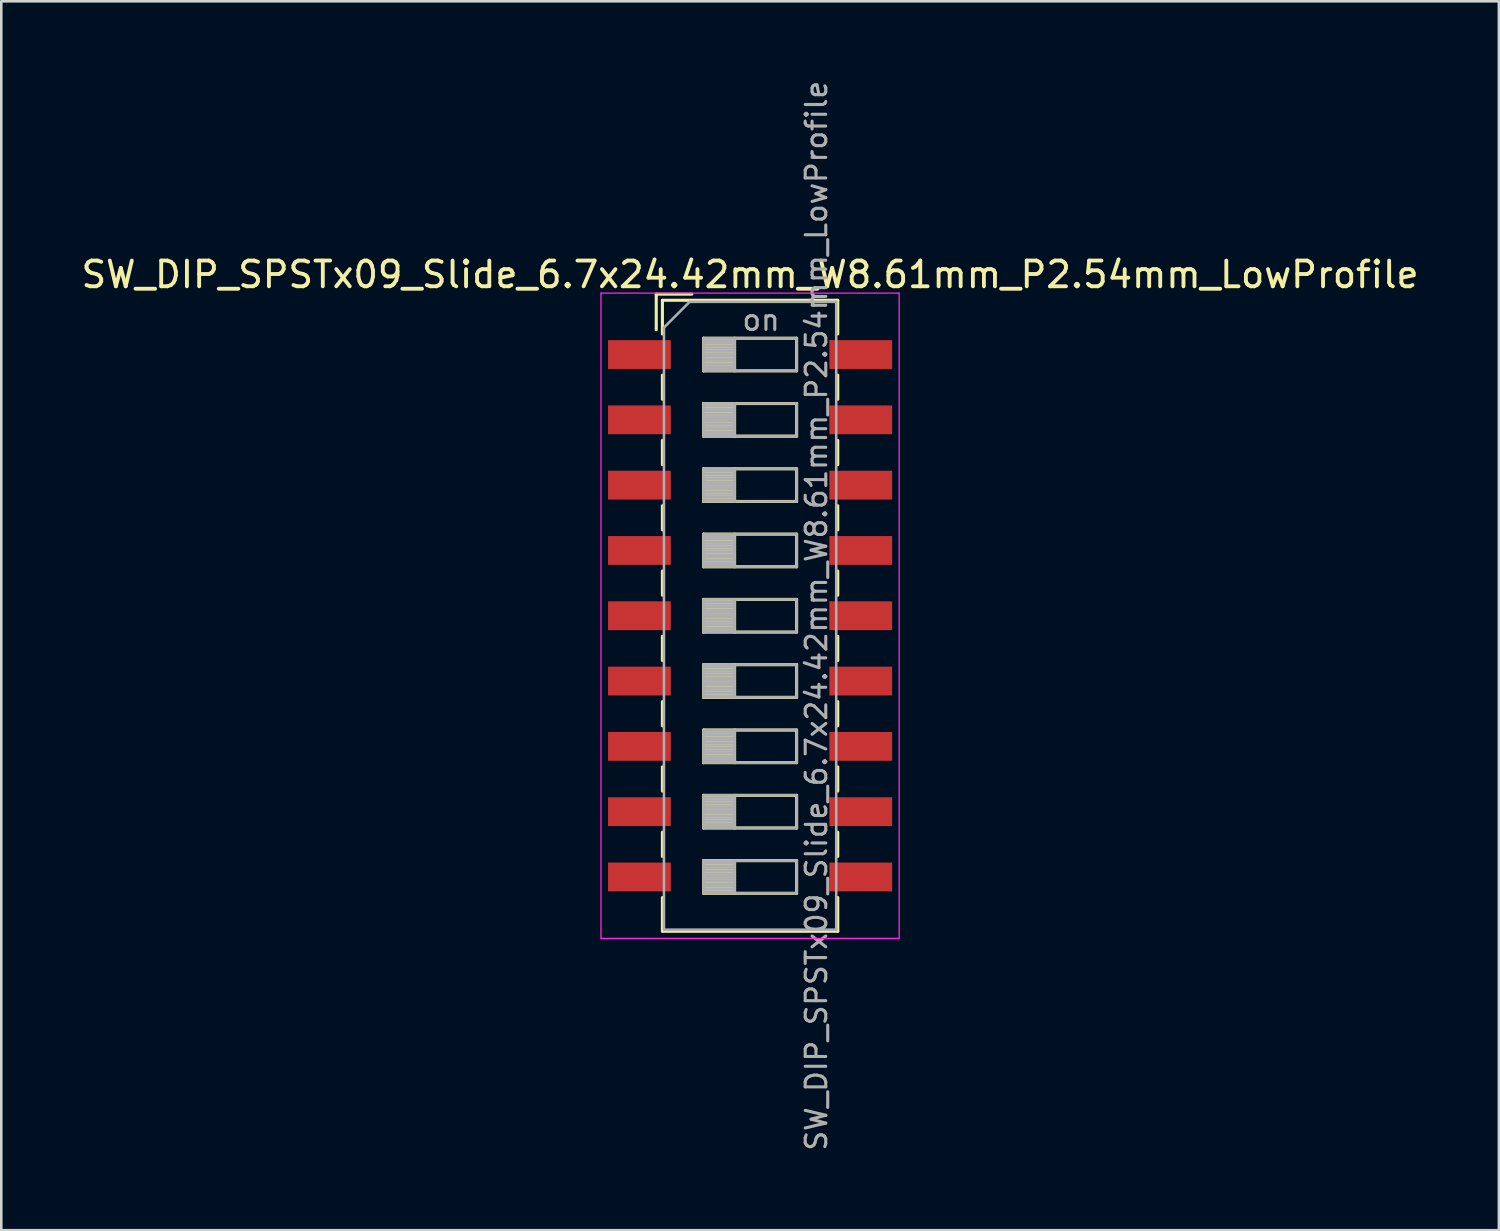
<source format=kicad_pcb>
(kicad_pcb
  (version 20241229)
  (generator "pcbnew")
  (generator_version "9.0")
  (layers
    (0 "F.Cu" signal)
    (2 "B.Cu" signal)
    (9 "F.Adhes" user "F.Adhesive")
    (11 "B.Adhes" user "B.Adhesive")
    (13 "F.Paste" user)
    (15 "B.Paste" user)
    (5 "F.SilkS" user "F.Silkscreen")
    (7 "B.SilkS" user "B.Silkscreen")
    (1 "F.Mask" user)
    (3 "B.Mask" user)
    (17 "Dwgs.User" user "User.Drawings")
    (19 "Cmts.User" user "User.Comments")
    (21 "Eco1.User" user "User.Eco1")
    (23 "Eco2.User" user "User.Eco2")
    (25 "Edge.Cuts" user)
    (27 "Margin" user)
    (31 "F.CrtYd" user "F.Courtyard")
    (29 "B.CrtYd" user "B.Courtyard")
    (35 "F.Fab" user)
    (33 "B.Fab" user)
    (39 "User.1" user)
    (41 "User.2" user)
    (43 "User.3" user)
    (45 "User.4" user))
  (footprint "SW_DIP_SPSTx09_Slide_6.7x24.42mm_W8.61mm_P2.54mm_LowProfile"
    (layer "F.Cu")
    (at 26.125 20.9)
    (property "Reference" "SW_DIP_SPSTx09_Slide_6.7x24.42mm_W8.61mm_P2.54mm_LowProfile" (at 0 -13.27 0) (layer "F.SilkS") (effects (font (size 1 1) (thickness 0.15))))
    (attr smd)
    (fp_line (start -3.65 -12.51) (end -3.65 -11.127) (stroke (width 0.12) (type solid)) (layer "F.SilkS"))
    (fp_line (start -3.65 -12.51) (end -2.267 -12.51) (stroke (width 0.12) (type solid)) (layer "F.SilkS"))
    (fp_line (start -3.41 -12.27) (end -3.41 -10.96) (stroke (width 0.12) (type solid)) (layer "F.SilkS"))
    (fp_line (start -3.41 -12.27) (end 3.41 -12.27) (stroke (width 0.12) (type solid)) (layer "F.SilkS"))
    (fp_line (start -3.41 -9.36) (end -3.41 -8.42) (stroke (width 0.12) (type solid)) (layer "F.SilkS"))
    (fp_line (start -3.41 -6.82) (end -3.41 -5.88) (stroke (width 0.12) (type solid)) (layer "F.SilkS"))
    (fp_line (start -3.41 -4.28) (end -3.41 -3.34) (stroke (width 0.12) (type solid)) (layer "F.SilkS"))
    (fp_line (start -3.41 -1.74) (end -3.41 -0.8) (stroke (width 0.12) (type solid)) (layer "F.SilkS"))
    (fp_line (start -3.41 0.8) (end -3.41 1.74) (stroke (width 0.12) (type solid)) (layer "F.SilkS"))
    (fp_line (start -3.41 3.34) (end -3.41 4.28) (stroke (width 0.12) (type solid)) (layer "F.SilkS"))
    (fp_line (start -3.41 5.88) (end -3.41 6.82) (stroke (width 0.12) (type solid)) (layer "F.SilkS"))
    (fp_line (start -3.41 8.42) (end -3.41 9.36) (stroke (width 0.12) (type solid)) (layer "F.SilkS"))
    (fp_line (start -3.41 10.96) (end -3.41 12.271) (stroke (width 0.12) (type solid)) (layer "F.SilkS"))
    (fp_line (start -3.41 12.271) (end 3.41 12.271) (stroke (width 0.12) (type solid)) (layer "F.SilkS"))
    (fp_line (start -1.81 -10.795) (end -1.81 -9.525) (stroke (width 0.12) (type solid)) (layer "F.SilkS"))
    (fp_line (start -1.81 -10.675) (end -0.603 -10.675) (stroke (width 0.12) (type solid)) (layer "F.SilkS"))
    (fp_line (start -1.81 -10.555) (end -0.603 -10.555) (stroke (width 0.12) (type solid)) (layer "F.SilkS"))
    (fp_line (start -1.81 -10.435) (end -0.603 -10.435) (stroke (width 0.12) (type solid)) (layer "F.SilkS"))
    (fp_line (start -1.81 -10.315) (end -0.603 -10.315) (stroke (width 0.12) (type solid)) (layer "F.SilkS"))
    (fp_line (start -1.81 -10.195) (end -0.603 -10.195) (stroke (width 0.12) (type solid)) (layer "F.SilkS"))
    (fp_line (start -1.81 -10.075) (end -0.603 -10.075) (stroke (width 0.12) (type solid)) (layer "F.SilkS"))
    (fp_line (start -1.81 -9.955) (end -0.603 -9.955) (stroke (width 0.12) (type solid)) (layer "F.SilkS"))
    (fp_line (start -1.81 -9.835) (end -0.603 -9.835) (stroke (width 0.12) (type solid)) (layer "F.SilkS"))
    (fp_line (start -1.81 -9.715) (end -0.603 -9.715) (stroke (width 0.12) (type solid)) (layer "F.SilkS"))
    (fp_line (start -1.81 -9.595) (end -0.603 -9.595) (stroke (width 0.12) (type solid)) (layer "F.SilkS"))
    (fp_line (start -1.81 -9.525) (end 1.81 -9.525) (stroke (width 0.12) (type solid)) (layer "F.SilkS"))
    (fp_line (start -1.81 -8.255) (end -1.81 -6.985) (stroke (width 0.12) (type solid)) (layer "F.SilkS"))
    (fp_line (start -1.81 -8.135) (end -0.603 -8.135) (stroke (width 0.12) (type solid)) (layer "F.SilkS"))
    (fp_line (start -1.81 -8.015) (end -0.603 -8.015) (stroke (width 0.12) (type solid)) (layer "F.SilkS"))
    (fp_line (start -1.81 -7.895) (end -0.603 -7.895) (stroke (width 0.12) (type solid)) (layer "F.SilkS"))
    (fp_line (start -1.81 -7.775) (end -0.603 -7.775) (stroke (width 0.12) (type solid)) (layer "F.SilkS"))
    (fp_line (start -1.81 -7.655) (end -0.603 -7.655) (stroke (width 0.12) (type solid)) (layer "F.SilkS"))
    (fp_line (start -1.81 -7.535) (end -0.603 -7.535) (stroke (width 0.12) (type solid)) (layer "F.SilkS"))
    (fp_line (start -1.81 -7.415) (end -0.603 -7.415) (stroke (width 0.12) (type solid)) (layer "F.SilkS"))
    (fp_line (start -1.81 -7.295) (end -0.603 -7.295) (stroke (width 0.12) (type solid)) (layer "F.SilkS"))
    (fp_line (start -1.81 -7.175) (end -0.603 -7.175) (stroke (width 0.12) (type solid)) (layer "F.SilkS"))
    (fp_line (start -1.81 -7.055) (end -0.603 -7.055) (stroke (width 0.12) (type solid)) (layer "F.SilkS"))
    (fp_line (start -1.81 -6.985) (end 1.81 -6.985) (stroke (width 0.12) (type solid)) (layer "F.SilkS"))
    (fp_line (start -1.81 -5.715) (end -1.81 -4.445) (stroke (width 0.12) (type solid)) (layer "F.SilkS"))
    (fp_line (start -1.81 -5.595) (end -0.603 -5.595) (stroke (width 0.12) (type solid)) (layer "F.SilkS"))
    (fp_line (start -1.81 -5.475) (end -0.603 -5.475) (stroke (width 0.12) (type solid)) (layer "F.SilkS"))
    (fp_line (start -1.81 -5.355) (end -0.603 -5.355) (stroke (width 0.12) (type solid)) (layer "F.SilkS"))
    (fp_line (start -1.81 -5.235) (end -0.603 -5.235) (stroke (width 0.12) (type solid)) (layer "F.SilkS"))
    (fp_line (start -1.81 -5.115) (end -0.603 -5.115) (stroke (width 0.12) (type solid)) (layer "F.SilkS"))
    (fp_line (start -1.81 -4.995) (end -0.603 -4.995) (stroke (width 0.12) (type solid)) (layer "F.SilkS"))
    (fp_line (start -1.81 -4.875) (end -0.603 -4.875) (stroke (width 0.12) (type solid)) (layer "F.SilkS"))
    (fp_line (start -1.81 -4.755) (end -0.603 -4.755) (stroke (width 0.12) (type solid)) (layer "F.SilkS"))
    (fp_line (start -1.81 -4.635) (end -0.603 -4.635) (stroke (width 0.12) (type solid)) (layer "F.SilkS"))
    (fp_line (start -1.81 -4.515) (end -0.603 -4.515) (stroke (width 0.12) (type solid)) (layer "F.SilkS"))
    (fp_line (start -1.81 -4.445) (end 1.81 -4.445) (stroke (width 0.12) (type solid)) (layer "F.SilkS"))
    (fp_line (start -1.81 -3.175) (end -1.81 -1.905) (stroke (width 0.12) (type solid)) (layer "F.SilkS"))
    (fp_line (start -1.81 -3.055) (end -0.603 -3.055) (stroke (width 0.12) (type solid)) (layer "F.SilkS"))
    (fp_line (start -1.81 -2.935) (end -0.603 -2.935) (stroke (width 0.12) (type solid)) (layer "F.SilkS"))
    (fp_line (start -1.81 -2.815) (end -0.603 -2.815) (stroke (width 0.12) (type solid)) (layer "F.SilkS"))
    (fp_line (start -1.81 -2.695) (end -0.603 -2.695) (stroke (width 0.12) (type solid)) (layer "F.SilkS"))
    (fp_line (start -1.81 -2.575) (end -0.603 -2.575) (stroke (width 0.12) (type solid)) (layer "F.SilkS"))
    (fp_line (start -1.81 -2.455) (end -0.603 -2.455) (stroke (width 0.12) (type solid)) (layer "F.SilkS"))
    (fp_line (start -1.81 -2.335) (end -0.603 -2.335) (stroke (width 0.12) (type solid)) (layer "F.SilkS"))
    (fp_line (start -1.81 -2.215) (end -0.603 -2.215) (stroke (width 0.12) (type solid)) (layer "F.SilkS"))
    (fp_line (start -1.81 -2.095) (end -0.603 -2.095) (stroke (width 0.12) (type solid)) (layer "F.SilkS"))
    (fp_line (start -1.81 -1.975) (end -0.603 -1.975) (stroke (width 0.12) (type solid)) (layer "F.SilkS"))
    (fp_line (start -1.81 -1.905) (end 1.81 -1.905) (stroke (width 0.12) (type solid)) (layer "F.SilkS"))
    (fp_line (start -1.81 -0.635) (end -1.81 0.635) (stroke (width 0.12) (type solid)) (layer "F.SilkS"))
    (fp_line (start -1.81 -0.515) (end -0.603 -0.515) (stroke (width 0.12) (type solid)) (layer "F.SilkS"))
    (fp_line (start -1.81 -0.395) (end -0.603 -0.395) (stroke (width 0.12) (type solid)) (layer "F.SilkS"))
    (fp_line (start -1.81 -0.275) (end -0.603 -0.275) (stroke (width 0.12) (type solid)) (layer "F.SilkS"))
    (fp_line (start -1.81 -0.155) (end -0.603 -0.155) (stroke (width 0.12) (type solid)) (layer "F.SilkS"))
    (fp_line (start -1.81 -0.035) (end -0.603 -0.035) (stroke (width 0.12) (type solid)) (layer "F.SilkS"))
    (fp_line (start -1.81 0.085) (end -0.603 0.085) (stroke (width 0.12) (type solid)) (layer "F.SilkS"))
    (fp_line (start -1.81 0.205) (end -0.603 0.205) (stroke (width 0.12) (type solid)) (layer "F.SilkS"))
    (fp_line (start -1.81 0.325) (end -0.603 0.325) (stroke (width 0.12) (type solid)) (layer "F.SilkS"))
    (fp_line (start -1.81 0.445) (end -0.603 0.445) (stroke (width 0.12) (type solid)) (layer "F.SilkS"))
    (fp_line (start -1.81 0.565) (end -0.603 0.565) (stroke (width 0.12) (type solid)) (layer "F.SilkS"))
    (fp_line (start -1.81 0.635) (end 1.81 0.635) (stroke (width 0.12) (type solid)) (layer "F.SilkS"))
    (fp_line (start -1.81 1.905) (end -1.81 3.175) (stroke (width 0.12) (type solid)) (layer "F.SilkS"))
    (fp_line (start -1.81 2.025) (end -0.603 2.025) (stroke (width 0.12) (type solid)) (layer "F.SilkS"))
    (fp_line (start -1.81 2.145) (end -0.603 2.145) (stroke (width 0.12) (type solid)) (layer "F.SilkS"))
    (fp_line (start -1.81 2.265) (end -0.603 2.265) (stroke (width 0.12) (type solid)) (layer "F.SilkS"))
    (fp_line (start -1.81 2.385) (end -0.603 2.385) (stroke (width 0.12) (type solid)) (layer "F.SilkS"))
    (fp_line (start -1.81 2.505) (end -0.603 2.505) (stroke (width 0.12) (type solid)) (layer "F.SilkS"))
    (fp_line (start -1.81 2.625) (end -0.603 2.625) (stroke (width 0.12) (type solid)) (layer "F.SilkS"))
    (fp_line (start -1.81 2.745) (end -0.603 2.745) (stroke (width 0.12) (type solid)) (layer "F.SilkS"))
    (fp_line (start -1.81 2.865) (end -0.603 2.865) (stroke (width 0.12) (type solid)) (layer "F.SilkS"))
    (fp_line (start -1.81 2.985) (end -0.603 2.985) (stroke (width 0.12) (type solid)) (layer "F.SilkS"))
    (fp_line (start -1.81 3.105) (end -0.603 3.105) (stroke (width 0.12) (type solid)) (layer "F.SilkS"))
    (fp_line (start -1.81 3.175) (end 1.81 3.175) (stroke (width 0.12) (type solid)) (layer "F.SilkS"))
    (fp_line (start -1.81 4.445) (end -1.81 5.715) (stroke (width 0.12) (type solid)) (layer "F.SilkS"))
    (fp_line (start -1.81 4.565) (end -0.603 4.565) (stroke (width 0.12) (type solid)) (layer "F.SilkS"))
    (fp_line (start -1.81 4.685) (end -0.603 4.685) (stroke (width 0.12) (type solid)) (layer "F.SilkS"))
    (fp_line (start -1.81 4.805) (end -0.603 4.805) (stroke (width 0.12) (type solid)) (layer "F.SilkS"))
    (fp_line (start -1.81 4.925) (end -0.603 4.925) (stroke (width 0.12) (type solid)) (layer "F.SilkS"))
    (fp_line (start -1.81 5.045) (end -0.603 5.045) (stroke (width 0.12) (type solid)) (layer "F.SilkS"))
    (fp_line (start -1.81 5.165) (end -0.603 5.165) (stroke (width 0.12) (type solid)) (layer "F.SilkS"))
    (fp_line (start -1.81 5.285) (end -0.603 5.285) (stroke (width 0.12) (type solid)) (layer "F.SilkS"))
    (fp_line (start -1.81 5.405) (end -0.603 5.405) (stroke (width 0.12) (type solid)) (layer "F.SilkS"))
    (fp_line (start -1.81 5.525) (end -0.603 5.525) (stroke (width 0.12) (type solid)) (layer "F.SilkS"))
    (fp_line (start -1.81 5.645) (end -0.603 5.645) (stroke (width 0.12) (type solid)) (layer "F.SilkS"))
    (fp_line (start -1.81 5.715) (end 1.81 5.715) (stroke (width 0.12) (type solid)) (layer "F.SilkS"))
    (fp_line (start -1.81 6.985) (end -1.81 8.255) (stroke (width 0.12) (type solid)) (layer "F.SilkS"))
    (fp_line (start -1.81 7.105) (end -0.603 7.105) (stroke (width 0.12) (type solid)) (layer "F.SilkS"))
    (fp_line (start -1.81 7.225) (end -0.603 7.225) (stroke (width 0.12) (type solid)) (layer "F.SilkS"))
    (fp_line (start -1.81 7.345) (end -0.603 7.345) (stroke (width 0.12) (type solid)) (layer "F.SilkS"))
    (fp_line (start -1.81 7.465) (end -0.603 7.465) (stroke (width 0.12) (type solid)) (layer "F.SilkS"))
    (fp_line (start -1.81 7.585) (end -0.603 7.585) (stroke (width 0.12) (type solid)) (layer "F.SilkS"))
    (fp_line (start -1.81 7.705) (end -0.603 7.705) (stroke (width 0.12) (type solid)) (layer "F.SilkS"))
    (fp_line (start -1.81 7.825) (end -0.603 7.825) (stroke (width 0.12) (type solid)) (layer "F.SilkS"))
    (fp_line (start -1.81 7.945) (end -0.603 7.945) (stroke (width 0.12) (type solid)) (layer "F.SilkS"))
    (fp_line (start -1.81 8.065) (end -0.603 8.065) (stroke (width 0.12) (type solid)) (layer "F.SilkS"))
    (fp_line (start -1.81 8.185) (end -0.603 8.185) (stroke (width 0.12) (type solid)) (layer "F.SilkS"))
    (fp_line (start -1.81 8.255) (end 1.81 8.255) (stroke (width 0.12) (type solid)) (layer "F.SilkS"))
    (fp_line (start -1.81 9.525) (end -1.81 10.795) (stroke (width 0.12) (type solid)) (layer "F.SilkS"))
    (fp_line (start -1.81 9.645) (end -0.603 9.645) (stroke (width 0.12) (type solid)) (layer "F.SilkS"))
    (fp_line (start -1.81 9.765) (end -0.603 9.765) (stroke (width 0.12) (type solid)) (layer "F.SilkS"))
    (fp_line (start -1.81 9.885) (end -0.603 9.885) (stroke (width 0.12) (type solid)) (layer "F.SilkS"))
    (fp_line (start -1.81 10.005) (end -0.603 10.005) (stroke (width 0.12) (type solid)) (layer "F.SilkS"))
    (fp_line (start -1.81 10.125) (end -0.603 10.125) (stroke (width 0.12) (type solid)) (layer "F.SilkS"))
    (fp_line (start -1.81 10.245) (end -0.603 10.245) (stroke (width 0.12) (type solid)) (layer "F.SilkS"))
    (fp_line (start -1.81 10.365) (end -0.603 10.365) (stroke (width 0.12) (type solid)) (layer "F.SilkS"))
    (fp_line (start -1.81 10.485) (end -0.603 10.485) (stroke (width 0.12) (type solid)) (layer "F.SilkS"))
    (fp_line (start -1.81 10.605) (end -0.603 10.605) (stroke (width 0.12) (type solid)) (layer "F.SilkS"))
    (fp_line (start -1.81 10.725) (end -0.603 10.725) (stroke (width 0.12) (type solid)) (layer "F.SilkS"))
    (fp_line (start -1.81 10.795) (end 1.81 10.795) (stroke (width 0.12) (type solid)) (layer "F.SilkS"))
    (fp_line (start -0.603 -10.795) (end -0.603 -9.525) (stroke (width 0.12) (type solid)) (layer "F.SilkS"))
    (fp_line (start -0.603 -8.255) (end -0.603 -6.985) (stroke (width 0.12) (type solid)) (layer "F.SilkS"))
    (fp_line (start -0.603 -5.715) (end -0.603 -4.445) (stroke (width 0.12) (type solid)) (layer "F.SilkS"))
    (fp_line (start -0.603 -3.175) (end -0.603 -1.905) (stroke (width 0.12) (type solid)) (layer "F.SilkS"))
    (fp_line (start -0.603 -0.635) (end -0.603 0.635) (stroke (width 0.12) (type solid)) (layer "F.SilkS"))
    (fp_line (start -0.603 1.905) (end -0.603 3.175) (stroke (width 0.12) (type solid)) (layer "F.SilkS"))
    (fp_line (start -0.603 4.445) (end -0.603 5.715) (stroke (width 0.12) (type solid)) (layer "F.SilkS"))
    (fp_line (start -0.603 6.985) (end -0.603 8.255) (stroke (width 0.12) (type solid)) (layer "F.SilkS"))
    (fp_line (start -0.603 9.525) (end -0.603 10.795) (stroke (width 0.12) (type solid)) (layer "F.SilkS"))
    (fp_line (start 1.81 -10.795) (end -1.81 -10.795) (stroke (width 0.12) (type solid)) (layer "F.SilkS"))
    (fp_line (start 1.81 -9.525) (end 1.81 -10.795) (stroke (width 0.12) (type solid)) (layer "F.SilkS"))
    (fp_line (start 1.81 -8.255) (end -1.81 -8.255) (stroke (width 0.12) (type solid)) (layer "F.SilkS"))
    (fp_line (start 1.81 -6.985) (end 1.81 -8.255) (stroke (width 0.12) (type solid)) (layer "F.SilkS"))
    (fp_line (start 1.81 -5.715) (end -1.81 -5.715) (stroke (width 0.12) (type solid)) (layer "F.SilkS"))
    (fp_line (start 1.81 -4.445) (end 1.81 -5.715) (stroke (width 0.12) (type solid)) (layer "F.SilkS"))
    (fp_line (start 1.81 -3.175) (end -1.81 -3.175) (stroke (width 0.12) (type solid)) (layer "F.SilkS"))
    (fp_line (start 1.81 -1.905) (end 1.81 -3.175) (stroke (width 0.12) (type solid)) (layer "F.SilkS"))
    (fp_line (start 1.81 -0.635) (end -1.81 -0.635) (stroke (width 0.12) (type solid)) (layer "F.SilkS"))
    (fp_line (start 1.81 0.635) (end 1.81 -0.635) (stroke (width 0.12) (type solid)) (layer "F.SilkS"))
    (fp_line (start 1.81 1.905) (end -1.81 1.905) (stroke (width 0.12) (type solid)) (layer "F.SilkS"))
    (fp_line (start 1.81 3.175) (end 1.81 1.905) (stroke (width 0.12) (type solid)) (layer "F.SilkS"))
    (fp_line (start 1.81 4.445) (end -1.81 4.445) (stroke (width 0.12) (type solid)) (layer "F.SilkS"))
    (fp_line (start 1.81 5.715) (end 1.81 4.445) (stroke (width 0.12) (type solid)) (layer "F.SilkS"))
    (fp_line (start 1.81 6.985) (end -1.81 6.985) (stroke (width 0.12) (type solid)) (layer "F.SilkS"))
    (fp_line (start 1.81 8.255) (end 1.81 6.985) (stroke (width 0.12) (type solid)) (layer "F.SilkS"))
    (fp_line (start 1.81 9.525) (end -1.81 9.525) (stroke (width 0.12) (type solid)) (layer "F.SilkS"))
    (fp_line (start 1.81 10.795) (end 1.81 9.525) (stroke (width 0.12) (type solid)) (layer "F.SilkS"))
    (fp_line (start 3.41 -12.27) (end 3.41 -10.96) (stroke (width 0.12) (type solid)) (layer "F.SilkS"))
    (fp_line (start 3.41 -9.359) (end 3.41 -8.419) (stroke (width 0.12) (type solid)) (layer "F.SilkS"))
    (fp_line (start 3.41 -6.819) (end 3.41 -5.879) (stroke (width 0.12) (type solid)) (layer "F.SilkS"))
    (fp_line (start 3.41 -4.279) (end 3.41 -3.339) (stroke (width 0.12) (type solid)) (layer "F.SilkS"))
    (fp_line (start 3.41 -1.739) (end 3.41 -0.799) (stroke (width 0.12) (type solid)) (layer "F.SilkS"))
    (fp_line (start 3.41 0.801) (end 3.41 1.741) (stroke (width 0.12) (type solid)) (layer "F.SilkS"))
    (fp_line (start 3.41 3.341) (end 3.41 4.281) (stroke (width 0.12) (type solid)) (layer "F.SilkS"))
    (fp_line (start 3.41 5.881) (end 3.41 6.82) (stroke (width 0.12) (type solid)) (layer "F.SilkS"))
    (fp_line (start 3.41 8.42) (end 3.41 9.36) (stroke (width 0.12) (type solid)) (layer "F.SilkS"))
    (fp_line (start 3.41 10.96) (end 3.41 12.271) (stroke (width 0.12) (type solid)) (layer "F.SilkS"))
    (fp_line (start -5.8 -12.55) (end -5.8 12.55) (stroke (width 0.05) (type solid)) (layer "F.CrtYd"))
    (fp_line (start -5.8 12.55) (end 5.8 12.55) (stroke (width 0.05) (type solid)) (layer "F.CrtYd"))
    (fp_line (start 5.8 -12.55) (end -5.8 -12.55) (stroke (width 0.05) (type solid)) (layer "F.CrtYd"))
    (fp_line (start 5.8 12.55) (end 5.8 -12.55) (stroke (width 0.05) (type solid)) (layer "F.CrtYd"))
    (fp_line (start -3.35 -11.21) (end -2.35 -12.21) (stroke (width 0.1) (type solid)) (layer "F.Fab"))
    (fp_line (start -3.35 12.21) (end -3.35 -11.21) (stroke (width 0.1) (type solid)) (layer "F.Fab"))
    (fp_line (start -2.35 -12.21) (end 3.35 -12.21) (stroke (width 0.1) (type solid)) (layer "F.Fab"))
    (fp_line (start -1.81 -10.795) (end -1.81 -9.525) (stroke (width 0.1) (type solid)) (layer "F.Fab"))
    (fp_line (start -1.81 -10.695) (end -0.603 -10.695) (stroke (width 0.1) (type solid)) (layer "F.Fab"))
    (fp_line (start -1.81 -10.595) (end -0.603 -10.595) (stroke (width 0.1) (type solid)) (layer "F.Fab"))
    (fp_line (start -1.81 -10.495) (end -0.603 -10.495) (stroke (width 0.1) (type solid)) (layer "F.Fab"))
    (fp_line (start -1.81 -10.395) (end -0.603 -10.395) (stroke (width 0.1) (type solid)) (layer "F.Fab"))
    (fp_line (start -1.81 -10.295) (end -0.603 -10.295) (stroke (width 0.1) (type solid)) (layer "F.Fab"))
    (fp_line (start -1.81 -10.195) (end -0.603 -10.195) (stroke (width 0.1) (type solid)) (layer "F.Fab"))
    (fp_line (start -1.81 -10.095) (end -0.603 -10.095) (stroke (width 0.1) (type solid)) (layer "F.Fab"))
    (fp_line (start -1.81 -9.995) (end -0.603 -9.995) (stroke (width 0.1) (type solid)) (layer "F.Fab"))
    (fp_line (start -1.81 -9.895) (end -0.603 -9.895) (stroke (width 0.1) (type solid)) (layer "F.Fab"))
    (fp_line (start -1.81 -9.795) (end -0.603 -9.795) (stroke (width 0.1) (type solid)) (layer "F.Fab"))
    (fp_line (start -1.81 -9.695) (end -0.603 -9.695) (stroke (width 0.1) (type solid)) (layer "F.Fab"))
    (fp_line (start -1.81 -9.595) (end -0.603 -9.595) (stroke (width 0.1) (type solid)) (layer "F.Fab"))
    (fp_line (start -1.81 -9.525) (end 1.81 -9.525) (stroke (width 0.1) (type solid)) (layer "F.Fab"))
    (fp_line (start -1.81 -8.255) (end -1.81 -6.985) (stroke (width 0.1) (type solid)) (layer "F.Fab"))
    (fp_line (start -1.81 -8.155) (end -0.603 -8.155) (stroke (width 0.1) (type solid)) (layer "F.Fab"))
    (fp_line (start -1.81 -8.055) (end -0.603 -8.055) (stroke (width 0.1) (type solid)) (layer "F.Fab"))
    (fp_line (start -1.81 -7.955) (end -0.603 -7.955) (stroke (width 0.1) (type solid)) (layer "F.Fab"))
    (fp_line (start -1.81 -7.855) (end -0.603 -7.855) (stroke (width 0.1) (type solid)) (layer "F.Fab"))
    (fp_line (start -1.81 -7.755) (end -0.603 -7.755) (stroke (width 0.1) (type solid)) (layer "F.Fab"))
    (fp_line (start -1.81 -7.655) (end -0.603 -7.655) (stroke (width 0.1) (type solid)) (layer "F.Fab"))
    (fp_line (start -1.81 -7.555) (end -0.603 -7.555) (stroke (width 0.1) (type solid)) (layer "F.Fab"))
    (fp_line (start -1.81 -7.455) (end -0.603 -7.455) (stroke (width 0.1) (type solid)) (layer "F.Fab"))
    (fp_line (start -1.81 -7.355) (end -0.603 -7.355) (stroke (width 0.1) (type solid)) (layer "F.Fab"))
    (fp_line (start -1.81 -7.255) (end -0.603 -7.255) (stroke (width 0.1) (type solid)) (layer "F.Fab"))
    (fp_line (start -1.81 -7.155) (end -0.603 -7.155) (stroke (width 0.1) (type solid)) (layer "F.Fab"))
    (fp_line (start -1.81 -7.055) (end -0.603 -7.055) (stroke (width 0.1) (type solid)) (layer "F.Fab"))
    (fp_line (start -1.81 -6.985) (end 1.81 -6.985) (stroke (width 0.1) (type solid)) (layer "F.Fab"))
    (fp_line (start -1.81 -5.715) (end -1.81 -4.445) (stroke (width 0.1) (type solid)) (layer "F.Fab"))
    (fp_line (start -1.81 -5.615) (end -0.603 -5.615) (stroke (width 0.1) (type solid)) (layer "F.Fab"))
    (fp_line (start -1.81 -5.515) (end -0.603 -5.515) (stroke (width 0.1) (type solid)) (layer "F.Fab"))
    (fp_line (start -1.81 -5.415) (end -0.603 -5.415) (stroke (width 0.1) (type solid)) (layer "F.Fab"))
    (fp_line (start -1.81 -5.315) (end -0.603 -5.315) (stroke (width 0.1) (type solid)) (layer "F.Fab"))
    (fp_line (start -1.81 -5.215) (end -0.603 -5.215) (stroke (width 0.1) (type solid)) (layer "F.Fab"))
    (fp_line (start -1.81 -5.115) (end -0.603 -5.115) (stroke (width 0.1) (type solid)) (layer "F.Fab"))
    (fp_line (start -1.81 -5.015) (end -0.603 -5.015) (stroke (width 0.1) (type solid)) (layer "F.Fab"))
    (fp_line (start -1.81 -4.915) (end -0.603 -4.915) (stroke (width 0.1) (type solid)) (layer "F.Fab"))
    (fp_line (start -1.81 -4.815) (end -0.603 -4.815) (stroke (width 0.1) (type solid)) (layer "F.Fab"))
    (fp_line (start -1.81 -4.715) (end -0.603 -4.715) (stroke (width 0.1) (type solid)) (layer "F.Fab"))
    (fp_line (start -1.81 -4.615) (end -0.603 -4.615) (stroke (width 0.1) (type solid)) (layer "F.Fab"))
    (fp_line (start -1.81 -4.515) (end -0.603 -4.515) (stroke (width 0.1) (type solid)) (layer "F.Fab"))
    (fp_line (start -1.81 -4.445) (end 1.81 -4.445) (stroke (width 0.1) (type solid)) (layer "F.Fab"))
    (fp_line (start -1.81 -3.175) (end -1.81 -1.905) (stroke (width 0.1) (type solid)) (layer "F.Fab"))
    (fp_line (start -1.81 -3.075) (end -0.603 -3.075) (stroke (width 0.1) (type solid)) (layer "F.Fab"))
    (fp_line (start -1.81 -2.975) (end -0.603 -2.975) (stroke (width 0.1) (type solid)) (layer "F.Fab"))
    (fp_line (start -1.81 -2.875) (end -0.603 -2.875) (stroke (width 0.1) (type solid)) (layer "F.Fab"))
    (fp_line (start -1.81 -2.775) (end -0.603 -2.775) (stroke (width 0.1) (type solid)) (layer "F.Fab"))
    (fp_line (start -1.81 -2.675) (end -0.603 -2.675) (stroke (width 0.1) (type solid)) (layer "F.Fab"))
    (fp_line (start -1.81 -2.575) (end -0.603 -2.575) (stroke (width 0.1) (type solid)) (layer "F.Fab"))
    (fp_line (start -1.81 -2.475) (end -0.603 -2.475) (stroke (width 0.1) (type solid)) (layer "F.Fab"))
    (fp_line (start -1.81 -2.375) (end -0.603 -2.375) (stroke (width 0.1) (type solid)) (layer "F.Fab"))
    (fp_line (start -1.81 -2.275) (end -0.603 -2.275) (stroke (width 0.1) (type solid)) (layer "F.Fab"))
    (fp_line (start -1.81 -2.175) (end -0.603 -2.175) (stroke (width 0.1) (type solid)) (layer "F.Fab"))
    (fp_line (start -1.81 -2.075) (end -0.603 -2.075) (stroke (width 0.1) (type solid)) (layer "F.Fab"))
    (fp_line (start -1.81 -1.975) (end -0.603 -1.975) (stroke (width 0.1) (type solid)) (layer "F.Fab"))
    (fp_line (start -1.81 -1.905) (end 1.81 -1.905) (stroke (width 0.1) (type solid)) (layer "F.Fab"))
    (fp_line (start -1.81 -0.635) (end -1.81 0.635) (stroke (width 0.1) (type solid)) (layer "F.Fab"))
    (fp_line (start -1.81 -0.535) (end -0.603 -0.535) (stroke (width 0.1) (type solid)) (layer "F.Fab"))
    (fp_line (start -1.81 -0.435) (end -0.603 -0.435) (stroke (width 0.1) (type solid)) (layer "F.Fab"))
    (fp_line (start -1.81 -0.335) (end -0.603 -0.335) (stroke (width 0.1) (type solid)) (layer "F.Fab"))
    (fp_line (start -1.81 -0.235) (end -0.603 -0.235) (stroke (width 0.1) (type solid)) (layer "F.Fab"))
    (fp_line (start -1.81 -0.135) (end -0.603 -0.135) (stroke (width 0.1) (type solid)) (layer "F.Fab"))
    (fp_line (start -1.81 -0.035) (end -0.603 -0.035) (stroke (width 0.1) (type solid)) (layer "F.Fab"))
    (fp_line (start -1.81 0.065) (end -0.603 0.065) (stroke (width 0.1) (type solid)) (layer "F.Fab"))
    (fp_line (start -1.81 0.165) (end -0.603 0.165) (stroke (width 0.1) (type solid)) (layer "F.Fab"))
    (fp_line (start -1.81 0.265) (end -0.603 0.265) (stroke (width 0.1) (type solid)) (layer "F.Fab"))
    (fp_line (start -1.81 0.365) (end -0.603 0.365) (stroke (width 0.1) (type solid)) (layer "F.Fab"))
    (fp_line (start -1.81 0.465) (end -0.603 0.465) (stroke (width 0.1) (type solid)) (layer "F.Fab"))
    (fp_line (start -1.81 0.565) (end -0.603 0.565) (stroke (width 0.1) (type solid)) (layer "F.Fab"))
    (fp_line (start -1.81 0.635) (end 1.81 0.635) (stroke (width 0.1) (type solid)) (layer "F.Fab"))
    (fp_line (start -1.81 1.905) (end -1.81 3.175) (stroke (width 0.1) (type solid)) (layer "F.Fab"))
    (fp_line (start -1.81 2.005) (end -0.603 2.005) (stroke (width 0.1) (type solid)) (layer "F.Fab"))
    (fp_line (start -1.81 2.105) (end -0.603 2.105) (stroke (width 0.1) (type solid)) (layer "F.Fab"))
    (fp_line (start -1.81 2.205) (end -0.603 2.205) (stroke (width 0.1) (type solid)) (layer "F.Fab"))
    (fp_line (start -1.81 2.305) (end -0.603 2.305) (stroke (width 0.1) (type solid)) (layer "F.Fab"))
    (fp_line (start -1.81 2.405) (end -0.603 2.405) (stroke (width 0.1) (type solid)) (layer "F.Fab"))
    (fp_line (start -1.81 2.505) (end -0.603 2.505) (stroke (width 0.1) (type solid)) (layer "F.Fab"))
    (fp_line (start -1.81 2.605) (end -0.603 2.605) (stroke (width 0.1) (type solid)) (layer "F.Fab"))
    (fp_line (start -1.81 2.705) (end -0.603 2.705) (stroke (width 0.1) (type solid)) (layer "F.Fab"))
    (fp_line (start -1.81 2.805) (end -0.603 2.805) (stroke (width 0.1) (type solid)) (layer "F.Fab"))
    (fp_line (start -1.81 2.905) (end -0.603 2.905) (stroke (width 0.1) (type solid)) (layer "F.Fab"))
    (fp_line (start -1.81 3.005) (end -0.603 3.005) (stroke (width 0.1) (type solid)) (layer "F.Fab"))
    (fp_line (start -1.81 3.105) (end -0.603 3.105) (stroke (width 0.1) (type solid)) (layer "F.Fab"))
    (fp_line (start -1.81 3.175) (end 1.81 3.175) (stroke (width 0.1) (type solid)) (layer "F.Fab"))
    (fp_line (start -1.81 4.445) (end -1.81 5.715) (stroke (width 0.1) (type solid)) (layer "F.Fab"))
    (fp_line (start -1.81 4.545) (end -0.603 4.545) (stroke (width 0.1) (type solid)) (layer "F.Fab"))
    (fp_line (start -1.81 4.645) (end -0.603 4.645) (stroke (width 0.1) (type solid)) (layer "F.Fab"))
    (fp_line (start -1.81 4.745) (end -0.603 4.745) (stroke (width 0.1) (type solid)) (layer "F.Fab"))
    (fp_line (start -1.81 4.845) (end -0.603 4.845) (stroke (width 0.1) (type solid)) (layer "F.Fab"))
    (fp_line (start -1.81 4.945) (end -0.603 4.945) (stroke (width 0.1) (type solid)) (layer "F.Fab"))
    (fp_line (start -1.81 5.045) (end -0.603 5.045) (stroke (width 0.1) (type solid)) (layer "F.Fab"))
    (fp_line (start -1.81 5.145) (end -0.603 5.145) (stroke (width 0.1) (type solid)) (layer "F.Fab"))
    (fp_line (start -1.81 5.245) (end -0.603 5.245) (stroke (width 0.1) (type solid)) (layer "F.Fab"))
    (fp_line (start -1.81 5.345) (end -0.603 5.345) (stroke (width 0.1) (type solid)) (layer "F.Fab"))
    (fp_line (start -1.81 5.445) (end -0.603 5.445) (stroke (width 0.1) (type solid)) (layer "F.Fab"))
    (fp_line (start -1.81 5.545) (end -0.603 5.545) (stroke (width 0.1) (type solid)) (layer "F.Fab"))
    (fp_line (start -1.81 5.645) (end -0.603 5.645) (stroke (width 0.1) (type solid)) (layer "F.Fab"))
    (fp_line (start -1.81 5.715) (end 1.81 5.715) (stroke (width 0.1) (type solid)) (layer "F.Fab"))
    (fp_line (start -1.81 6.985) (end -1.81 8.255) (stroke (width 0.1) (type solid)) (layer "F.Fab"))
    (fp_line (start -1.81 7.085) (end -0.603 7.085) (stroke (width 0.1) (type solid)) (layer "F.Fab"))
    (fp_line (start -1.81 7.185) (end -0.603 7.185) (stroke (width 0.1) (type solid)) (layer "F.Fab"))
    (fp_line (start -1.81 7.285) (end -0.603 7.285) (stroke (width 0.1) (type solid)) (layer "F.Fab"))
    (fp_line (start -1.81 7.385) (end -0.603 7.385) (stroke (width 0.1) (type solid)) (layer "F.Fab"))
    (fp_line (start -1.81 7.485) (end -0.603 7.485) (stroke (width 0.1) (type solid)) (layer "F.Fab"))
    (fp_line (start -1.81 7.585) (end -0.603 7.585) (stroke (width 0.1) (type solid)) (layer "F.Fab"))
    (fp_line (start -1.81 7.685) (end -0.603 7.685) (stroke (width 0.1) (type solid)) (layer "F.Fab"))
    (fp_line (start -1.81 7.785) (end -0.603 7.785) (stroke (width 0.1) (type solid)) (layer "F.Fab"))
    (fp_line (start -1.81 7.885) (end -0.603 7.885) (stroke (width 0.1) (type solid)) (layer "F.Fab"))
    (fp_line (start -1.81 7.985) (end -0.603 7.985) (stroke (width 0.1) (type solid)) (layer "F.Fab"))
    (fp_line (start -1.81 8.085) (end -0.603 8.085) (stroke (width 0.1) (type solid)) (layer "F.Fab"))
    (fp_line (start -1.81 8.185) (end -0.603 8.185) (stroke (width 0.1) (type solid)) (layer "F.Fab"))
    (fp_line (start -1.81 8.255) (end 1.81 8.255) (stroke (width 0.1) (type solid)) (layer "F.Fab"))
    (fp_line (start -1.81 9.525) (end -1.81 10.795) (stroke (width 0.1) (type solid)) (layer "F.Fab"))
    (fp_line (start -1.81 9.625) (end -0.603 9.625) (stroke (width 0.1) (type solid)) (layer "F.Fab"))
    (fp_line (start -1.81 9.725) (end -0.603 9.725) (stroke (width 0.1) (type solid)) (layer "F.Fab"))
    (fp_line (start -1.81 9.825) (end -0.603 9.825) (stroke (width 0.1) (type solid)) (layer "F.Fab"))
    (fp_line (start -1.81 9.925) (end -0.603 9.925) (stroke (width 0.1) (type solid)) (layer "F.Fab"))
    (fp_line (start -1.81 10.025) (end -0.603 10.025) (stroke (width 0.1) (type solid)) (layer "F.Fab"))
    (fp_line (start -1.81 10.125) (end -0.603 10.125) (stroke (width 0.1) (type solid)) (layer "F.Fab"))
    (fp_line (start -1.81 10.225) (end -0.603 10.225) (stroke (width 0.1) (type solid)) (layer "F.Fab"))
    (fp_line (start -1.81 10.325) (end -0.603 10.325) (stroke (width 0.1) (type solid)) (layer "F.Fab"))
    (fp_line (start -1.81 10.425) (end -0.603 10.425) (stroke (width 0.1) (type solid)) (layer "F.Fab"))
    (fp_line (start -1.81 10.525) (end -0.603 10.525) (stroke (width 0.1) (type solid)) (layer "F.Fab"))
    (fp_line (start -1.81 10.625) (end -0.603 10.625) (stroke (width 0.1) (type solid)) (layer "F.Fab"))
    (fp_line (start -1.81 10.725) (end -0.603 10.725) (stroke (width 0.1) (type solid)) (layer "F.Fab"))
    (fp_line (start -1.81 10.795) (end 1.81 10.795) (stroke (width 0.1) (type solid)) (layer "F.Fab"))
    (fp_line (start -0.603 -10.795) (end -0.603 -9.525) (stroke (width 0.1) (type solid)) (layer "F.Fab"))
    (fp_line (start -0.603 -8.255) (end -0.603 -6.985) (stroke (width 0.1) (type solid)) (layer "F.Fab"))
    (fp_line (start -0.603 -5.715) (end -0.603 -4.445) (stroke (width 0.1) (type solid)) (layer "F.Fab"))
    (fp_line (start -0.603 -3.175) (end -0.603 -1.905) (stroke (width 0.1) (type solid)) (layer "F.Fab"))
    (fp_line (start -0.603 -0.635) (end -0.603 0.635) (stroke (width 0.1) (type solid)) (layer "F.Fab"))
    (fp_line (start -0.603 1.905) (end -0.603 3.175) (stroke (width 0.1) (type solid)) (layer "F.Fab"))
    (fp_line (start -0.603 4.445) (end -0.603 5.715) (stroke (width 0.1) (type solid)) (layer "F.Fab"))
    (fp_line (start -0.603 6.985) (end -0.603 8.255) (stroke (width 0.1) (type solid)) (layer "F.Fab"))
    (fp_line (start -0.603 9.525) (end -0.603 10.795) (stroke (width 0.1) (type solid)) (layer "F.Fab"))
    (fp_line (start 1.81 -10.795) (end -1.81 -10.795) (stroke (width 0.1) (type solid)) (layer "F.Fab"))
    (fp_line (start 1.81 -9.525) (end 1.81 -10.795) (stroke (width 0.1) (type solid)) (layer "F.Fab"))
    (fp_line (start 1.81 -8.255) (end -1.81 -8.255) (stroke (width 0.1) (type solid)) (layer "F.Fab"))
    (fp_line (start 1.81 -6.985) (end 1.81 -8.255) (stroke (width 0.1) (type solid)) (layer "F.Fab"))
    (fp_line (start 1.81 -5.715) (end -1.81 -5.715) (stroke (width 0.1) (type solid)) (layer "F.Fab"))
    (fp_line (start 1.81 -4.445) (end 1.81 -5.715) (stroke (width 0.1) (type solid)) (layer "F.Fab"))
    (fp_line (start 1.81 -3.175) (end -1.81 -3.175) (stroke (width 0.1) (type solid)) (layer "F.Fab"))
    (fp_line (start 1.81 -1.905) (end 1.81 -3.175) (stroke (width 0.1) (type solid)) (layer "F.Fab"))
    (fp_line (start 1.81 -0.635) (end -1.81 -0.635) (stroke (width 0.1) (type solid)) (layer "F.Fab"))
    (fp_line (start 1.81 0.635) (end 1.81 -0.635) (stroke (width 0.1) (type solid)) (layer "F.Fab"))
    (fp_line (start 1.81 1.905) (end -1.81 1.905) (stroke (width 0.1) (type solid)) (layer "F.Fab"))
    (fp_line (start 1.81 3.175) (end 1.81 1.905) (stroke (width 0.1) (type solid)) (layer "F.Fab"))
    (fp_line (start 1.81 4.445) (end -1.81 4.445) (stroke (width 0.1) (type solid)) (layer "F.Fab"))
    (fp_line (start 1.81 5.715) (end 1.81 4.445) (stroke (width 0.1) (type solid)) (layer "F.Fab"))
    (fp_line (start 1.81 6.985) (end -1.81 6.985) (stroke (width 0.1) (type solid)) (layer "F.Fab"))
    (fp_line (start 1.81 8.255) (end 1.81 6.985) (stroke (width 0.1) (type solid)) (layer "F.Fab"))
    (fp_line (start 1.81 9.525) (end -1.81 9.525) (stroke (width 0.1) (type solid)) (layer "F.Fab"))
    (fp_line (start 1.81 10.795) (end 1.81 9.525) (stroke (width 0.1) (type solid)) (layer "F.Fab"))
    (fp_line (start 3.35 -12.21) (end 3.35 12.21) (stroke (width 0.1) (type solid)) (layer "F.Fab"))
    (fp_line (start 3.35 12.21) (end -3.35 12.21) (stroke (width 0.1) (type solid)) (layer "F.Fab"))
    (fp_text user "${REFERENCE}" (at 2.58 0 90) (layer "F.Fab") (effects (font (size 0.8 0.8) (thickness 0.12))))
    (fp_text user "on" (at 0.427 -11.502 0) (layer "F.Fab") (effects (font (size 0.8 0.8) (thickness 0.12))))
    (pad "1" smd rect (at -4.305 -10.16) (size 2.44 1.12) (layers "F.Cu" "F.Mask" "F.Paste"))
    (pad "2" smd rect (at -4.305 -7.62) (size 2.44 1.12) (layers "F.Cu" "F.Mask" "F.Paste"))
    (pad "3" smd rect (at -4.305 -5.08) (size 2.44 1.12) (layers "F.Cu" "F.Mask" "F.Paste"))
    (pad "4" smd rect (at -4.305 -2.54) (size 2.44 1.12) (layers "F.Cu" "F.Mask" "F.Paste"))
    (pad "5" smd rect (at -4.305 0) (size 2.44 1.12) (layers "F.Cu" "F.Mask" "F.Paste"))
    (pad "6" smd rect (at -4.305 2.54) (size 2.44 1.12) (layers "F.Cu" "F.Mask" "F.Paste"))
    (pad "7" smd rect (at -4.305 5.08) (size 2.44 1.12) (layers "F.Cu" "F.Mask" "F.Paste"))
    (pad "8" smd rect (at -4.305 7.62) (size 2.44 1.12) (layers "F.Cu" "F.Mask" "F.Paste"))
    (pad "9" smd rect (at -4.305 10.16) (size 2.44 1.12) (layers "F.Cu" "F.Mask" "F.Paste"))
    (pad "10" smd rect (at 4.305 10.16) (size 2.44 1.12) (layers "F.Cu" "F.Mask" "F.Paste"))
    (pad "11" smd rect (at 4.305 7.62) (size 2.44 1.12) (layers "F.Cu" "F.Mask" "F.Paste"))
    (pad "12" smd rect (at 4.305 5.08) (size 2.44 1.12) (layers "F.Cu" "F.Mask" "F.Paste"))
    (pad "13" smd rect (at 4.305 2.54) (size 2.44 1.12) (layers "F.Cu" "F.Mask" "F.Paste"))
    (pad "14" smd rect (at 4.305 0) (size 2.44 1.12) (layers "F.Cu" "F.Mask" "F.Paste"))
    (pad "15" smd rect (at 4.305 -2.54) (size 2.44 1.12) (layers "F.Cu" "F.Mask" "F.Paste"))
    (pad "16" smd rect (at 4.305 -5.08) (size 2.44 1.12) (layers "F.Cu" "F.Mask" "F.Paste"))
    (pad "17" smd rect (at 4.305 -7.62) (size 2.44 1.12) (layers "F.Cu" "F.Mask" "F.Paste"))
    (pad "18" smd rect (at 4.305 -10.16) (size 2.44 1.12) (layers "F.Cu" "F.Mask" "F.Paste")))
  (gr_rect
    (start -3 -3)
    (end 55.25 44.8)
    (stroke (width 0.1) (type default))
    (fill no)
    (layer "Edge.Cuts")))
</source>
